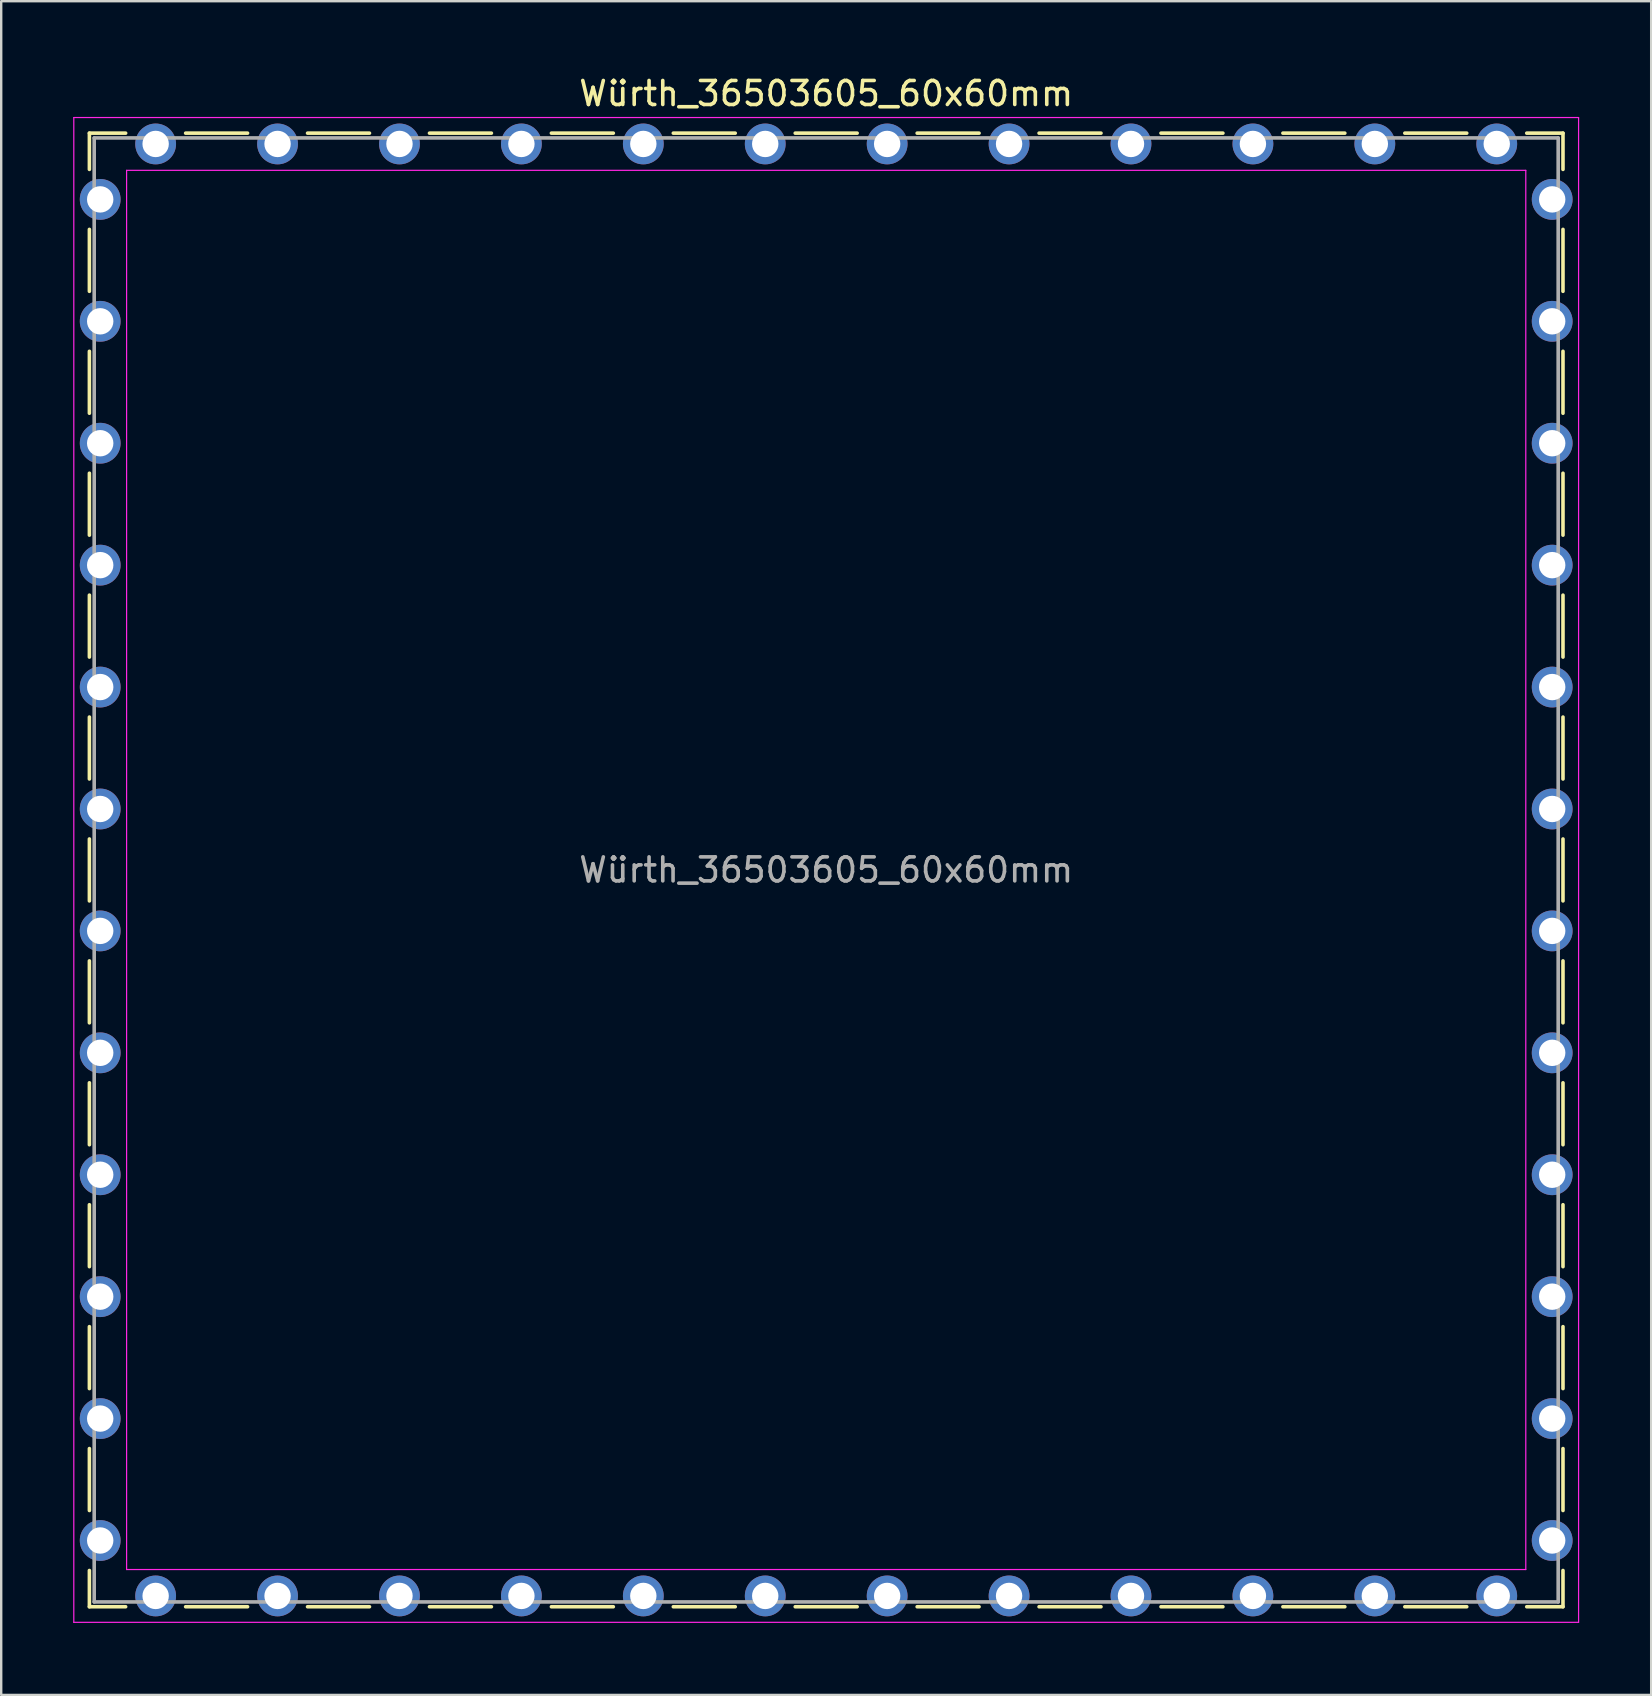
<source format=kicad_pcb>
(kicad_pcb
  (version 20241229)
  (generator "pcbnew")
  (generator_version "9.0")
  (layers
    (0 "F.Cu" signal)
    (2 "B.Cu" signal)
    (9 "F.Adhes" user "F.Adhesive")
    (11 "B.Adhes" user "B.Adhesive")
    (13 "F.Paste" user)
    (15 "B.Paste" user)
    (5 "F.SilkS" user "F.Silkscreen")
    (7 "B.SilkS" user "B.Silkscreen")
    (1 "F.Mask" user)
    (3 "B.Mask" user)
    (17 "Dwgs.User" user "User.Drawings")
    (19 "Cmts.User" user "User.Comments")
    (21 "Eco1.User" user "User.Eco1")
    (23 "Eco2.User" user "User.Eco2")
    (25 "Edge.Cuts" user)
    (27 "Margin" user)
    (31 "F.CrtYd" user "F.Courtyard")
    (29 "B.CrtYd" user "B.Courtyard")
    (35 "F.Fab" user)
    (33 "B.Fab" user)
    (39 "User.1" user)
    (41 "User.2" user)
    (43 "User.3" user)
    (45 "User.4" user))
  (footprint "Würth_36503605_60x60mm"
    (layer "F.Cu")
    (at 31.375 33.198)
    (property "Reference" "Würth_36503605_60x60mm" (at 0 -32.35 0) (layer "F.SilkS") (effects (font (size 1 1) (thickness 0.15))))
    (attr through_hole)
    (fp_line (start -30.7 -30.7) (end -29.19 -30.7) (stroke (width 0.15) (type solid)) (layer "F.SilkS"))
    (fp_line (start -30.7 -29.19) (end -30.7 -30.7) (stroke (width 0.15) (type solid)) (layer "F.SilkS"))
    (fp_line (start -30.7 -24.11) (end -30.7 -26.69) (stroke (width 0.15) (type solid)) (layer "F.SilkS"))
    (fp_line (start -30.7 -19.03) (end -30.7 -21.61) (stroke (width 0.15) (type solid)) (layer "F.SilkS"))
    (fp_line (start -30.7 -13.95) (end -30.7 -16.53) (stroke (width 0.15) (type solid)) (layer "F.SilkS"))
    (fp_line (start -30.7 -8.87) (end -30.7 -11.45) (stroke (width 0.15) (type solid)) (layer "F.SilkS"))
    (fp_line (start -30.7 -3.79) (end -30.7 -6.37) (stroke (width 0.15) (type solid)) (layer "F.SilkS"))
    (fp_line (start -30.7 -1.29) (end -30.7 1.29) (stroke (width 0.15) (type solid)) (layer "F.SilkS"))
    (fp_line (start -30.7 3.79) (end -30.7 6.37) (stroke (width 0.15) (type solid)) (layer "F.SilkS"))
    (fp_line (start -30.7 8.87) (end -30.7 11.45) (stroke (width 0.15) (type solid)) (layer "F.SilkS"))
    (fp_line (start -30.7 13.95) (end -30.7 16.53) (stroke (width 0.15) (type solid)) (layer "F.SilkS"))
    (fp_line (start -30.7 19.03) (end -30.7 21.61) (stroke (width 0.15) (type solid)) (layer "F.SilkS"))
    (fp_line (start -30.7 24.11) (end -30.7 26.69) (stroke (width 0.15) (type solid)) (layer "F.SilkS"))
    (fp_line (start -30.7 29.19) (end -30.7 30.7) (stroke (width 0.15) (type solid)) (layer "F.SilkS"))
    (fp_line (start -30.7 30.7) (end -29.19 30.7) (stroke (width 0.15) (type solid)) (layer "F.SilkS"))
    (fp_line (start -24.11 -30.7) (end -26.69 -30.7) (stroke (width 0.15) (type solid)) (layer "F.SilkS"))
    (fp_line (start -24.11 30.7) (end -26.69 30.7) (stroke (width 0.15) (type solid)) (layer "F.SilkS"))
    (fp_line (start -19.03 -30.7) (end -21.61 -30.7) (stroke (width 0.15) (type solid)) (layer "F.SilkS"))
    (fp_line (start -19.03 30.7) (end -21.61 30.7) (stroke (width 0.15) (type solid)) (layer "F.SilkS"))
    (fp_line (start -13.95 -30.7) (end -16.53 -30.7) (stroke (width 0.15) (type solid)) (layer "F.SilkS"))
    (fp_line (start -13.95 30.7) (end -16.53 30.7) (stroke (width 0.15) (type solid)) (layer "F.SilkS"))
    (fp_line (start -8.87 -30.7) (end -11.45 -30.7) (stroke (width 0.15) (type solid)) (layer "F.SilkS"))
    (fp_line (start -8.87 30.7) (end -11.45 30.7) (stroke (width 0.15) (type solid)) (layer "F.SilkS"))
    (fp_line (start -3.79 -30.7) (end -6.37 -30.7) (stroke (width 0.15) (type solid)) (layer "F.SilkS"))
    (fp_line (start -3.79 30.7) (end -6.37 30.7) (stroke (width 0.15) (type solid)) (layer "F.SilkS"))
    (fp_line (start 1.29 -30.7) (end -1.29 -30.7) (stroke (width 0.15) (type solid)) (layer "F.SilkS"))
    (fp_line (start 1.29 30.7) (end -1.29 30.7) (stroke (width 0.15) (type solid)) (layer "F.SilkS"))
    (fp_line (start 3.79 -30.7) (end 6.37 -30.7) (stroke (width 0.15) (type solid)) (layer "F.SilkS"))
    (fp_line (start 3.79 30.7) (end 6.37 30.7) (stroke (width 0.15) (type solid)) (layer "F.SilkS"))
    (fp_line (start 8.87 -30.7) (end 11.45 -30.7) (stroke (width 0.15) (type solid)) (layer "F.SilkS"))
    (fp_line (start 8.87 30.7) (end 11.45 30.7) (stroke (width 0.15) (type solid)) (layer "F.SilkS"))
    (fp_line (start 13.95 -30.7) (end 16.53 -30.7) (stroke (width 0.15) (type solid)) (layer "F.SilkS"))
    (fp_line (start 13.95 30.7) (end 16.53 30.7) (stroke (width 0.15) (type solid)) (layer "F.SilkS"))
    (fp_line (start 19.03 -30.7) (end 21.61 -30.7) (stroke (width 0.15) (type solid)) (layer "F.SilkS"))
    (fp_line (start 19.03 30.7) (end 21.61 30.7) (stroke (width 0.15) (type solid)) (layer "F.SilkS"))
    (fp_line (start 24.11 -30.7) (end 26.69 -30.7) (stroke (width 0.15) (type solid)) (layer "F.SilkS"))
    (fp_line (start 24.11 30.7) (end 26.69 30.7) (stroke (width 0.15) (type solid)) (layer "F.SilkS"))
    (fp_line (start 30.7 -30.7) (end 29.19 -30.7) (stroke (width 0.15) (type solid)) (layer "F.SilkS"))
    (fp_line (start 30.7 -29.19) (end 30.7 -30.7) (stroke (width 0.15) (type solid)) (layer "F.SilkS"))
    (fp_line (start 30.7 -24.11) (end 30.7 -26.69) (stroke (width 0.15) (type solid)) (layer "F.SilkS"))
    (fp_line (start 30.7 -19.03) (end 30.7 -21.61) (stroke (width 0.15) (type solid)) (layer "F.SilkS"))
    (fp_line (start 30.7 -13.95) (end 30.7 -16.53) (stroke (width 0.15) (type solid)) (layer "F.SilkS"))
    (fp_line (start 30.7 -8.87) (end 30.7 -11.45) (stroke (width 0.15) (type solid)) (layer "F.SilkS"))
    (fp_line (start 30.7 -3.79) (end 30.7 -6.37) (stroke (width 0.15) (type solid)) (layer "F.SilkS"))
    (fp_line (start 30.7 1.29) (end 30.7 -1.29) (stroke (width 0.15) (type solid)) (layer "F.SilkS"))
    (fp_line (start 30.7 3.79) (end 30.7 6.37) (stroke (width 0.15) (type solid)) (layer "F.SilkS"))
    (fp_line (start 30.7 8.87) (end 30.7 11.45) (stroke (width 0.15) (type solid)) (layer "F.SilkS"))
    (fp_line (start 30.7 13.95) (end 30.7 16.53) (stroke (width 0.15) (type solid)) (layer "F.SilkS"))
    (fp_line (start 30.7 19.03) (end 30.7 21.61) (stroke (width 0.15) (type solid)) (layer "F.SilkS"))
    (fp_line (start 30.7 24.11) (end 30.7 26.69) (stroke (width 0.15) (type solid)) (layer "F.SilkS"))
    (fp_line (start 30.7 29.19) (end 30.7 30.7) (stroke (width 0.15) (type solid)) (layer "F.SilkS"))
    (fp_line (start 30.7 30.7) (end 29.19 30.7) (stroke (width 0.15) (type solid)) (layer "F.SilkS"))
    (fp_line (start -31.35 -31.35) (end -31.35 31.35) (stroke (width 0.05) (type solid)) (layer "F.CrtYd"))
    (fp_line (start -31.35 31.35) (end 31.35 31.35) (stroke (width 0.05) (type solid)) (layer "F.CrtYd"))
    (fp_line (start -29.15 -29.15) (end -29.15 29.15) (stroke (width 0.05) (type solid)) (layer "F.CrtYd"))
    (fp_line (start -29.15 29.15) (end 29.15 29.15) (stroke (width 0.05) (type solid)) (layer "F.CrtYd"))
    (fp_line (start 29.15 -29.15) (end -29.15 -29.15) (stroke (width 0.05) (type solid)) (layer "F.CrtYd"))
    (fp_line (start 29.15 29.15) (end 29.15 -29.15) (stroke (width 0.05) (type solid)) (layer "F.CrtYd"))
    (fp_line (start 31.35 -31.35) (end -31.35 -31.35) (stroke (width 0.05) (type solid)) (layer "F.CrtYd"))
    (fp_line (start 31.35 31.35) (end 31.35 -31.35) (stroke (width 0.05) (type solid)) (layer "F.CrtYd"))
    (fp_line (start -30.5 -30.5) (end -30.5 30.5) (stroke (width 0.15) (type solid)) (layer "F.Fab"))
    (fp_line (start -30.5 30.5) (end 30.5 30.5) (stroke (width 0.15) (type solid)) (layer "F.Fab"))
    (fp_line (start 30.5 -30.5) (end -30.5 -30.5) (stroke (width 0.15) (type solid)) (layer "F.Fab"))
    (fp_line (start 30.5 30.5) (end 30.5 -30.5) (stroke (width 0.15) (type solid)) (layer "F.Fab"))
    (fp_text user "${REFERENCE}" (at 0 0 0) (layer "F.Fab") (effects (font (size 1 1) (thickness 0.15))))
    (pad "1" thru_hole circle (at -30.25 -27.94) (size 1.7 1.7) (drill 1.1) (layers "*.Cu" "*.Mask"))
    (pad "1" thru_hole circle (at -30.25 -22.86) (size 1.7 1.7) (drill 1.1) (layers "*.Cu" "*.Mask"))
    (pad "1" thru_hole circle (at -30.25 -17.78) (size 1.7 1.7) (drill 1.1) (layers "*.Cu" "*.Mask"))
    (pad "1" thru_hole circle (at -30.25 -12.7) (size 1.7 1.7) (drill 1.1) (layers "*.Cu" "*.Mask"))
    (pad "1" thru_hole circle (at -30.25 -7.62) (size 1.7 1.7) (drill 1.1) (layers "*.Cu" "*.Mask"))
    (pad "1" thru_hole circle (at -30.25 -2.54) (size 1.7 1.7) (drill 1.1) (layers "*.Cu" "*.Mask"))
    (pad "1" thru_hole circle (at -30.25 2.54) (size 1.7 1.7) (drill 1.1) (layers "*.Cu" "*.Mask"))
    (pad "1" thru_hole circle (at -30.25 7.62) (size 1.7 1.7) (drill 1.1) (layers "*.Cu" "*.Mask"))
    (pad "1" thru_hole circle (at -30.25 12.7) (size 1.7 1.7) (drill 1.1) (layers "*.Cu" "*.Mask"))
    (pad "1" thru_hole circle (at -30.25 17.78) (size 1.7 1.7) (drill 1.1) (layers "*.Cu" "*.Mask"))
    (pad "1" thru_hole circle (at -30.25 22.86) (size 1.7 1.7) (drill 1.1) (layers "*.Cu" "*.Mask"))
    (pad "1" thru_hole circle (at -30.25 27.94) (size 1.7 1.7) (drill 1.1) (layers "*.Cu" "*.Mask"))
    (pad "1" thru_hole circle (at -27.94 -30.25) (size 1.7 1.7) (drill 1.1) (layers "*.Cu" "*.Mask"))
    (pad "1" thru_hole circle (at -27.94 30.25) (size 1.7 1.7) (drill 1.1) (layers "*.Cu" "*.Mask"))
    (pad "1" thru_hole circle (at -22.86 -30.25) (size 1.7 1.7) (drill 1.1) (layers "*.Cu" "*.Mask"))
    (pad "1" thru_hole circle (at -22.86 30.25) (size 1.7 1.7) (drill 1.1) (layers "*.Cu" "*.Mask"))
    (pad "1" thru_hole circle (at -17.78 -30.25) (size 1.7 1.7) (drill 1.1) (layers "*.Cu" "*.Mask"))
    (pad "1" thru_hole circle (at -17.78 30.25) (size 1.7 1.7) (drill 1.1) (layers "*.Cu" "*.Mask"))
    (pad "1" thru_hole circle (at -12.7 -30.25) (size 1.7 1.7) (drill 1.1) (layers "*.Cu" "*.Mask"))
    (pad "1" thru_hole circle (at -12.7 30.25) (size 1.7 1.7) (drill 1.1) (layers "*.Cu" "*.Mask"))
    (pad "1" thru_hole circle (at -7.62 -30.25) (size 1.7 1.7) (drill 1.1) (layers "*.Cu" "*.Mask"))
    (pad "1" thru_hole circle (at -7.62 30.25) (size 1.7 1.7) (drill 1.1) (layers "*.Cu" "*.Mask"))
    (pad "1" thru_hole circle (at -2.54 -30.25) (size 1.7 1.7) (drill 1.1) (layers "*.Cu" "*.Mask"))
    (pad "1" thru_hole circle (at -2.54 30.25) (size 1.7 1.7) (drill 1.1) (layers "*.Cu" "*.Mask"))
    (pad "1" thru_hole circle (at 2.54 -30.25) (size 1.7 1.7) (drill 1.1) (layers "*.Cu" "*.Mask"))
    (pad "1" thru_hole circle (at 2.54 30.25) (size 1.7 1.7) (drill 1.1) (layers "*.Cu" "*.Mask"))
    (pad "1" thru_hole circle (at 7.62 -30.25) (size 1.7 1.7) (drill 1.1) (layers "*.Cu" "*.Mask"))
    (pad "1" thru_hole circle (at 7.62 30.25) (size 1.7 1.7) (drill 1.1) (layers "*.Cu" "*.Mask"))
    (pad "1" thru_hole circle (at 12.7 -30.25) (size 1.7 1.7) (drill 1.1) (layers "*.Cu" "*.Mask"))
    (pad "1" thru_hole circle (at 12.7 30.25) (size 1.7 1.7) (drill 1.1) (layers "*.Cu" "*.Mask"))
    (pad "1" thru_hole circle (at 17.78 -30.25) (size 1.7 1.7) (drill 1.1) (layers "*.Cu" "*.Mask"))
    (pad "1" thru_hole circle (at 17.78 30.25) (size 1.7 1.7) (drill 1.1) (layers "*.Cu" "*.Mask"))
    (pad "1" thru_hole circle (at 22.86 -30.25) (size 1.7 1.7) (drill 1.1) (layers "*.Cu" "*.Mask"))
    (pad "1" thru_hole circle (at 22.86 30.25) (size 1.7 1.7) (drill 1.1) (layers "*.Cu" "*.Mask"))
    (pad "1" thru_hole circle (at 27.94 -30.25) (size 1.7 1.7) (drill 1.1) (layers "*.Cu" "*.Mask"))
    (pad "1" thru_hole circle (at 27.94 30.25) (size 1.7 1.7) (drill 1.1) (layers "*.Cu" "*.Mask"))
    (pad "1" thru_hole circle (at 30.25 -27.94) (size 1.7 1.7) (drill 1.1) (layers "*.Cu" "*.Mask"))
    (pad "1" thru_hole circle (at 30.25 -22.86) (size 1.7 1.7) (drill 1.1) (layers "*.Cu" "*.Mask"))
    (pad "1" thru_hole circle (at 30.25 -17.78) (size 1.7 1.7) (drill 1.1) (layers "*.Cu" "*.Mask"))
    (pad "1" thru_hole circle (at 30.25 -12.7) (size 1.7 1.7) (drill 1.1) (layers "*.Cu" "*.Mask"))
    (pad "1" thru_hole circle (at 30.25 -7.62) (size 1.7 1.7) (drill 1.1) (layers "*.Cu" "*.Mask"))
    (pad "1" thru_hole circle (at 30.25 -2.54) (size 1.7 1.7) (drill 1.1) (layers "*.Cu" "*.Mask"))
    (pad "1" thru_hole circle (at 30.25 2.54) (size 1.7 1.7) (drill 1.1) (layers "*.Cu" "*.Mask"))
    (pad "1" thru_hole circle (at 30.25 7.62) (size 1.7 1.7) (drill 1.1) (layers "*.Cu" "*.Mask"))
    (pad "1" thru_hole circle (at 30.25 12.7) (size 1.7 1.7) (drill 1.1) (layers "*.Cu" "*.Mask"))
    (pad "1" thru_hole circle (at 30.25 17.78) (size 1.7 1.7) (drill 1.1) (layers "*.Cu" "*.Mask"))
    (pad "1" thru_hole circle (at 30.25 22.86) (size 1.7 1.7) (drill 1.1) (layers "*.Cu" "*.Mask"))
    (pad "1" thru_hole circle (at 30.25 27.94) (size 1.7 1.7) (drill 1.1) (layers "*.Cu" "*.Mask")))
  (gr_rect
    (start -3 -3)
    (end 65.75 67.573)
    (stroke (width 0.1) (type default))
    (fill no)
    (layer "Edge.Cuts")))
</source>
